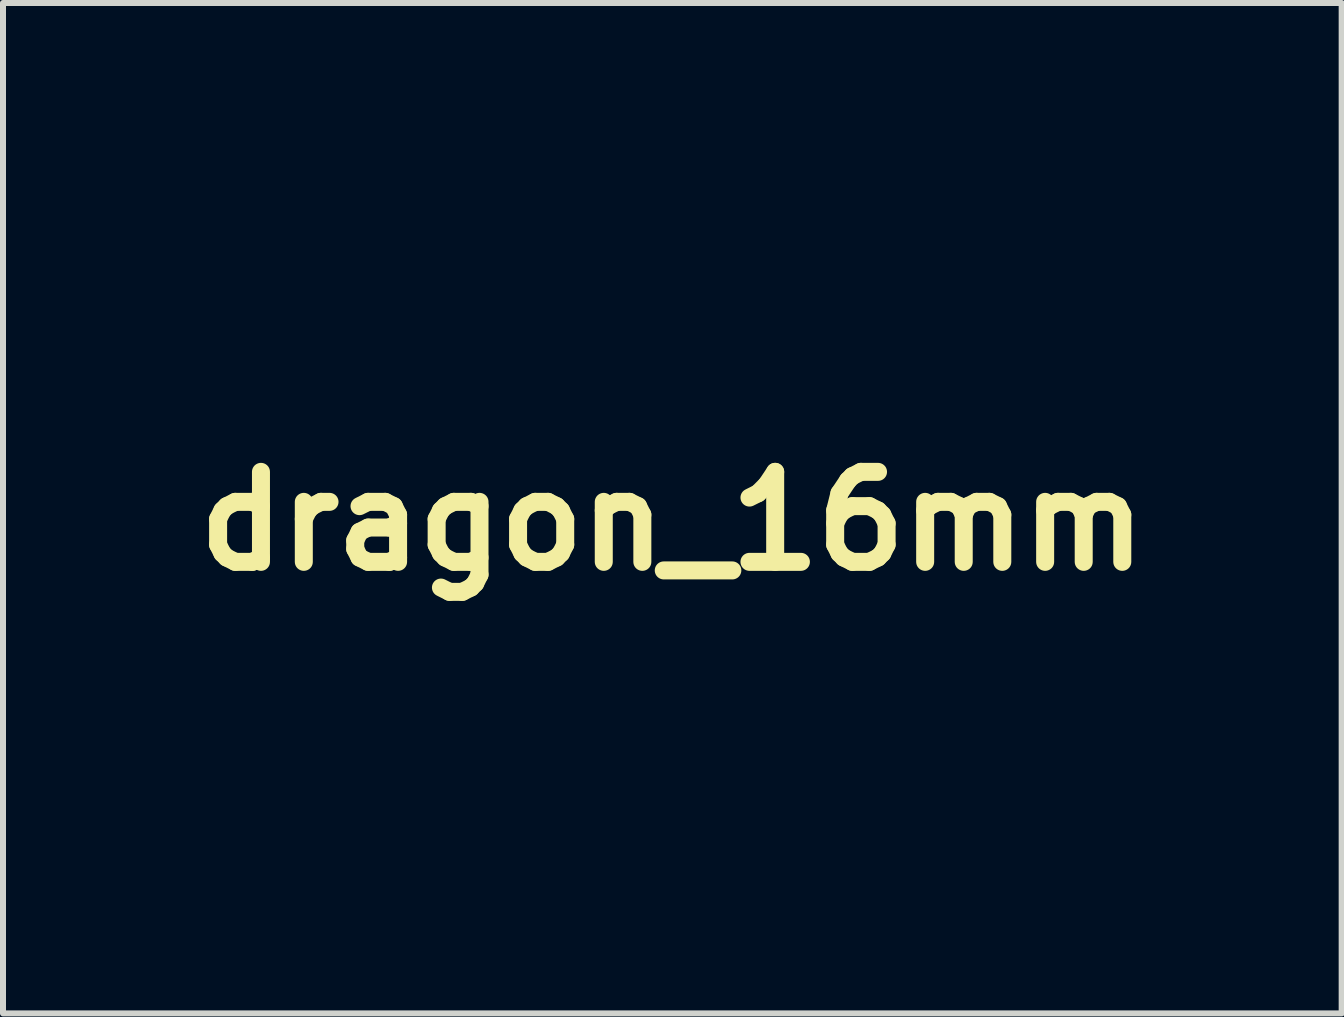
<source format=kicad_pcb>
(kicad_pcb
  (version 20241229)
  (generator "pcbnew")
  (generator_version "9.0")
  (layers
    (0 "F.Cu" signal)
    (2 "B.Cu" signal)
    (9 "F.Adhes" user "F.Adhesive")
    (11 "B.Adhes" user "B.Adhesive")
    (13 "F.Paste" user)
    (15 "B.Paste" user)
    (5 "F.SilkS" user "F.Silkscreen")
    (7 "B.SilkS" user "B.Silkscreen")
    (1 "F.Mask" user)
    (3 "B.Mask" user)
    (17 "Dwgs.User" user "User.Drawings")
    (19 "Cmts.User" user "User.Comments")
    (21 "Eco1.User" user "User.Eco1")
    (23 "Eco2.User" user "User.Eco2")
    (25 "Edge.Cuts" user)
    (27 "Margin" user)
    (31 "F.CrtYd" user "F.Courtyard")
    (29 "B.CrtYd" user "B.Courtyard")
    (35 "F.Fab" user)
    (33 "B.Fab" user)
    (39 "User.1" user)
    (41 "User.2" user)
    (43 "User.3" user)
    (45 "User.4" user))
  (footprint "dragon_16mm"
    (layer "F.Cu")
    (at 8.157 5.637)
    (property "Reference" "dragon_16mm" (at 0 0 0) (layer "F.SilkS") (effects (font (size 1.5 1.5) (thickness 0.3))))
    (attr board_only exclude_from_pos_files exclude_from_bom)
    (fp_poly (pts (xy -1.251 -4.877) (xy -1.081 -4.678) (xy -0.892 -4.487) (xy -0.69 -4.309) (xy -0.483 -4.151) (xy -0.334 -4.053) (xy -0.283 -4.02) (xy -0.256 -3.999) (xy -0.253 -3.989) (xy -0.266 -3.987) (xy -0.31 -3.993) (xy -0.336 -4.002) (xy -0.362 -4.012) (xy -0.411 -4.03) (xy -0.476 -4.055) (xy -0.551 -4.083) (xy -0.569 -4.089) (xy -0.761 -4.169) (xy -0.923 -4.257) (xy -1.057 -4.353) (xy -1.163 -4.458) (xy -1.22 -4.535) (xy -1.262 -4.613) (xy -1.303 -4.709) (xy -1.338 -4.811) (xy -1.362 -4.907) (xy -1.368 -4.947) (xy -1.38 -5.04)) (stroke (width 0) (type solid)) (fill yes) (layer "F.Mask"))
    (fp_poly (pts (xy -4.424 -0.43) (xy -4.421 -0.412) (xy -4.426 -0.374) (xy -4.431 -0.348) (xy -4.449 -0.265) (xy -4.465 -0.158) (xy -4.48 -0.035) (xy -4.492 0.098) (xy -4.502 0.233) (xy -4.507 0.363) (xy -4.508 0.423) (xy -4.509 0.683) (xy -4.575 0.71) (xy -4.654 0.758) (xy -4.721 0.833) (xy -4.774 0.927) (xy -4.784 0.952) (xy -4.802 1.001) (xy -4.817 1.035) (xy -4.824 1.047) (xy -4.826 1.033) (xy -4.828 0.992) (xy -4.829 0.931) (xy -4.83 0.854) (xy -4.83 0.807) (xy -4.82 0.557) (xy -4.789 0.328) (xy -4.737 0.114) (xy -4.662 -0.087) (xy -4.626 -0.164) (xy -4.592 -0.228) (xy -4.552 -0.29) (xy -4.512 -0.347) (xy -4.475 -0.393) (xy -4.445 -0.423) (xy -4.425 -0.431)) (stroke (width 0) (type solid)) (fill yes) (layer "F.Mask"))
    (fp_poly (pts (xy -3.775 -1.958) (xy -3.807 -1.913) (xy -3.837 -1.876) (xy -3.886 -1.813) (xy -3.942 -1.725) (xy -4.004 -1.617) (xy -4.069 -1.493) (xy -4.135 -1.358) (xy -4.198 -1.216) (xy -4.214 -1.18) (xy -4.249 -1.098) (xy -4.276 -1.041) (xy -4.298 -1.003) (xy -4.319 -0.982) (xy -4.342 -0.972) (xy -4.37 -0.969) (xy -4.382 -0.969) (xy -4.464 -0.958) (xy -4.561 -0.928) (xy -4.666 -0.882) (xy -4.774 -0.824) (xy -4.877 -0.757) (xy -4.968 -0.684) (xy -4.991 -0.662) (xy -5.037 -0.62) (xy -5.064 -0.6) (xy -5.077 -0.598) (xy -5.08 -0.607) (xy -5.072 -0.663) (xy -5.05 -0.739) (xy -5.017 -0.829) (xy -4.975 -0.926) (xy -4.927 -1.025) (xy -4.876 -1.119) (xy -4.824 -1.203) (xy -4.808 -1.225) (xy -4.716 -1.339) (xy -4.599 -1.457) (xy -4.465 -1.576) (xy -4.318 -1.689) (xy -4.166 -1.793) (xy -4.015 -1.882) (xy -3.869 -1.953) (xy -3.831 -1.969) (xy -3.747 -2.002)) (stroke (width 0) (type solid)) (fill yes) (layer "F.Mask"))
    (fp_poly (pts (xy -2.79 -3.032) (xy -2.649 -3.031) (xy -2.704 -2.984) (xy -2.739 -2.956) (xy -2.792 -2.917) (xy -2.856 -2.871) (xy -2.92 -2.827) (xy -3.042 -2.741) (xy -3.148 -2.66) (xy -3.248 -2.575) (xy -3.353 -2.477) (xy -3.392 -2.439) (xy -3.444 -2.389) (xy -3.488 -2.349) (xy -3.52 -2.322) (xy -3.534 -2.313) (xy -3.555 -2.319) (xy -3.594 -2.332) (xy -3.626 -2.344) (xy -3.726 -2.373) (xy -3.849 -2.391) (xy -3.985 -2.398) (xy -4.129 -2.391) (xy -4.14 -2.39) (xy -4.234 -2.38) (xy -4.324 -2.366) (xy -4.405 -2.351) (xy -4.47 -2.336) (xy -4.513 -2.321) (xy -4.524 -2.315) (xy -4.553 -2.299) (xy -4.57 -2.292) (xy -4.572 -2.298) (xy -4.557 -2.322) (xy -4.526 -2.36) (xy -4.502 -2.388) (xy -4.346 -2.534) (xy -4.168 -2.66) (xy -3.968 -2.765) (xy -3.766 -2.842) (xy -3.544 -2.908) (xy -3.332 -2.961) (xy -3.134 -2.999) (xy -2.955 -3.023) (xy -2.798 -3.032)) (stroke (width 0) (type solid)) (fill yes) (layer "F.Mask"))
    (fp_poly (pts (xy -2.298 -1.32) (xy -2.295 -1.317) (xy -2.234 -1.278) (xy -2.149 -1.238) (xy -2.047 -1.2) (xy -1.935 -1.168) (xy -1.821 -1.142) (xy -1.809 -1.14) (xy -1.757 -1.13) (xy -1.719 -1.121) (xy -1.704 -1.115) (xy -1.704 -1.115) (xy -1.712 -1.099) (xy -1.733 -1.066) (xy -1.752 -1.038) (xy -1.796 -0.962) (xy -1.841 -0.866) (xy -1.882 -0.758) (xy -1.912 -0.664) (xy -1.923 -0.615) (xy -1.937 -0.548) (xy -1.951 -0.472) (xy -1.965 -0.394) (xy -1.976 -0.322) (xy -1.983 -0.267) (xy -1.985 -0.238) (xy -1.987 -0.226) (xy -1.997 -0.222) (xy -2.022 -0.227) (xy -2.067 -0.242) (xy -2.087 -0.249) (xy -2.25 -0.318) (xy -2.393 -0.4) (xy -2.512 -0.493) (xy -2.572 -0.555) (xy -2.612 -0.605) (xy -2.635 -0.643) (xy -2.644 -0.679) (xy -2.644 -0.701) (xy -2.635 -0.768) (xy -2.609 -0.851) (xy -2.571 -0.946) (xy -2.523 -1.044) (xy -2.47 -1.138) (xy -2.414 -1.222) (xy -2.374 -1.272) (xy -2.339 -1.308) (xy -2.316 -1.323)) (stroke (width 0) (type solid)) (fill yes) (layer "F.Mask"))
    (fp_poly (pts (xy -2.761 0.883) (xy -2.721 0.896) (xy -2.665 0.917) (xy -2.598 0.944) (xy -2.598 0.944) (xy -2.39 1.02) (xy -2.187 1.076) (xy -1.993 1.109) (xy -1.813 1.12) (xy -1.664 1.11) (xy -1.518 1.09) (xy -1.372 1.238) (xy -1.278 1.33) (xy -1.181 1.415) (xy -1.074 1.5) (xy -0.95 1.589) (xy -0.82 1.676) (xy -0.741 1.728) (xy -0.686 1.767) (xy -0.653 1.795) (xy -0.639 1.815) (xy -0.642 1.832) (xy -0.658 1.849) (xy -0.683 1.865) (xy -0.753 1.9) (xy -0.848 1.936) (xy -0.96 1.969) (xy -1.063 1.993) (xy -1.123 2.002) (xy -1.207 2.01) (xy -1.306 2.017) (xy -1.414 2.022) (xy -1.521 2.026) (xy -1.622 2.026) (xy -1.707 2.025) (xy -1.743 2.022) (xy -1.839 2.013) (xy -1.942 2.001) (xy -2.041 1.986) (xy -2.122 1.972) (xy -2.137 1.969) (xy -2.176 1.959) (xy -2.206 1.946) (xy -2.232 1.924) (xy -2.262 1.888) (xy -2.302 1.832) (xy -2.489 1.538) (xy -2.635 1.259) (xy -2.676 1.169) (xy -2.712 1.083) (xy -2.742 1.007) (xy -2.764 0.945) (xy -2.777 0.901) (xy -2.777 0.881) (xy -2.777 0.88)) (stroke (width 0) (type solid)) (fill yes) (layer "F.Mask"))
    (fp_poly (pts (xy -2.769 -0.548) (xy -2.746 -0.523) (xy -2.734 -0.505) (xy -2.681 -0.426) (xy -2.625 -0.361) (xy -2.556 -0.301) (xy -2.468 -0.239) (xy -2.463 -0.236) (xy -2.326 -0.152) (xy -2.205 -0.087) (xy -2.103 -0.043) (xy -2.067 -0.031) (xy -2.023 -0.015) (xy -1.993 0.001) (xy -1.988 0.006) (xy -1.979 0.029) (xy -1.969 0.074) (xy -1.959 0.133) (xy -1.956 0.147) (xy -1.938 0.24) (xy -1.909 0.348) (xy -1.873 0.463) (xy -1.833 0.575) (xy -1.791 0.675) (xy -1.752 0.754) (xy -1.749 0.759) (xy -1.721 0.81) (xy -1.703 0.851) (xy -1.696 0.875) (xy -1.697 0.877) (xy -1.717 0.884) (xy -1.762 0.888) (xy -1.825 0.888) (xy -1.899 0.884) (xy -1.978 0.877) (xy -1.997 0.874) (xy -2.119 0.854) (xy -2.244 0.825) (xy -2.368 0.79) (xy -2.487 0.749) (xy -2.597 0.705) (xy -2.693 0.659) (xy -2.772 0.614) (xy -2.828 0.57) (xy -2.859 0.529) (xy -2.86 0.526) (xy -2.87 0.479) (xy -2.879 0.407) (xy -2.884 0.319) (xy -2.888 0.221) (xy -2.888 0.12) (xy -2.886 0.024) (xy -2.88 -0.061) (xy -2.877 -0.087) (xy -2.865 -0.174) (xy -2.85 -0.264) (xy -2.835 -0.351) (xy -2.819 -0.429) (xy -2.804 -0.493) (xy -2.792 -0.536) (xy -2.784 -0.552)) (stroke (width 0) (type solid)) (fill yes) (layer "F.Mask"))
    (fp_poly (pts (xy -0.393 1.994) (xy -0.347 2.017) (xy -0.285 2.052) (xy -0.211 2.097) (xy -0.13 2.148) (xy -0.046 2.203) (xy 0.036 2.259) (xy 0.109 2.311) (xy 0.365 2.511) (xy 0.615 2.735) (xy 0.752 2.871) (xy 0.826 2.947) (xy 0.88 3.005) (xy 0.916 3.047) (xy 0.934 3.078) (xy 0.938 3.101) (xy 0.927 3.119) (xy 0.905 3.137) (xy 0.879 3.153) (xy 0.728 3.228) (xy 0.554 3.284) (xy 0.355 3.323) (xy 0.313 3.329) (xy 0.247 3.334) (xy 0.157 3.338) (xy 0.048 3.341) (xy -0.073 3.342) (xy -0.199 3.342) (xy -0.324 3.34) (xy -0.441 3.337) (xy -0.544 3.332) (xy -0.594 3.329) (xy -0.706 3.319) (xy -0.814 3.306) (xy -0.91 3.291) (xy -0.987 3.276) (xy -1.028 3.265) (xy -1.071 3.24) (xy -1.125 3.188) (xy -1.176 3.129) (xy -1.213 3.085) (xy -1.268 3.024) (xy -1.336 2.948) (xy -1.414 2.863) (xy -1.498 2.773) (xy -1.585 2.682) (xy -1.586 2.68) (xy -1.691 2.569) (xy -1.776 2.478) (xy -1.841 2.405) (xy -1.888 2.349) (xy -1.919 2.308) (xy -1.935 2.28) (xy -1.939 2.263) (xy -1.936 2.259) (xy -1.919 2.258) (xy -1.877 2.26) (xy -1.818 2.264) (xy -1.773 2.269) (xy -1.646 2.277) (xy -1.5 2.277) (xy -1.347 2.269) (xy -1.199 2.255) (xy -1.104 2.242) (xy -0.979 2.216) (xy -0.853 2.182) (xy -0.732 2.142) (xy -0.625 2.099) (xy -0.537 2.054) (xy -0.49 2.024) (xy -0.453 1.999) (xy -0.423 1.986) (xy -0.417 1.985)) (stroke (width 0) (type solid)) (fill yes) (layer "F.Mask"))
    (fp_poly (pts (xy 1.122 3.374) (xy 1.149 3.421) (xy 1.183 3.489) (xy 1.223 3.571) (xy 1.264 3.657) (xy 1.302 3.741) (xy 1.333 3.814) (xy 1.336 3.82) (xy 1.349 3.859) (xy 1.368 3.918) (xy 1.389 3.991) (xy 1.412 4.073) (xy 1.434 4.155) (xy 1.454 4.233) (xy 1.471 4.299) (xy 1.481 4.348) (xy 1.485 4.371) (xy 1.475 4.394) (xy 1.449 4.437) (xy 1.409 4.494) (xy 1.358 4.563) (xy 1.3 4.638) (xy 1.239 4.715) (xy 1.176 4.79) (xy 1.134 4.839) (xy 1.099 4.875) (xy 1.051 4.922) (xy 0.994 4.976) (xy 0.932 5.031) (xy 0.87 5.086) (xy 0.813 5.134) (xy 0.766 5.173) (xy 0.733 5.197) (xy 0.719 5.204) (xy 0.704 5.196) (xy 0.667 5.173) (xy 0.612 5.138) (xy 0.542 5.094) (xy 0.461 5.042) (xy 0.428 5.021) (xy 0.325 4.955) (xy 0.211 4.884) (xy 0.096 4.815) (xy -0.011 4.752) (xy -0.091 4.706) (xy -0.17 4.662) (xy -0.241 4.621) (xy -0.298 4.586) (xy -0.336 4.561) (xy -0.35 4.55) (xy -0.364 4.528) (xy -0.387 4.482) (xy -0.418 4.419) (xy -0.453 4.343) (xy -0.476 4.291) (xy -0.55 4.13) (xy -0.618 3.99) (xy -0.686 3.864) (xy -0.758 3.745) (xy -0.823 3.645) (xy -0.862 3.586) (xy -0.894 3.537) (xy -0.915 3.504) (xy -0.922 3.492) (xy -0.909 3.494) (xy -0.873 3.502) (xy -0.84 3.51) (xy -0.737 3.532) (xy -0.605 3.549) (xy -0.446 3.56) (xy -0.257 3.568) (xy -0.038 3.57) (xy -0.008 3.57) (xy 0.122 3.57) (xy 0.225 3.569) (xy 0.308 3.567) (xy 0.374 3.563) (xy 0.43 3.558) (xy 0.48 3.551) (xy 0.529 3.541) (xy 0.547 3.537) (xy 0.68 3.504) (xy 0.79 3.468) (xy 0.886 3.424) (xy 0.976 3.369) (xy 0.978 3.369) (xy 1.078 3.301)) (stroke (width 0) (type solid)) (fill yes) (layer "F.Mask"))
    (fp_poly (pts (xy 0.616 -1.12) (xy 0.665 -1.106) (xy 0.732 -1.086) (xy 0.81 -1.06) (xy 0.894 -1.031) (xy 0.978 -1.002) (xy 1.055 -0.973) (xy 1.094 -0.958) (xy 1.218 -0.907) (xy 1.339 -0.852) (xy 1.464 -0.791) (xy 1.599 -0.719) (xy 1.752 -0.633) (xy 1.774 -0.621) (xy 1.892 -0.554) (xy 1.991 -0.501) (xy 2.075 -0.459) (xy 2.152 -0.426) (xy 2.227 -0.399) (xy 2.308 -0.374) (xy 2.34 -0.365) (xy 2.412 -0.346) (xy 2.476 -0.334) (xy 2.542 -0.327) (xy 2.619 -0.323) (xy 2.704 -0.322) (xy 2.769 -0.322) (xy 2.822 -0.323) (xy 2.868 -0.325) (xy 2.912 -0.331) (xy 2.958 -0.342) (xy 3.011 -0.358) (xy 3.077 -0.381) (xy 3.159 -0.412) (xy 3.263 -0.452) (xy 3.327 -0.477) (xy 3.437 -0.516) (xy 3.534 -0.542) (xy 3.627 -0.556) (xy 3.729 -0.561) (xy 3.83 -0.558) (xy 3.966 -0.545) (xy 4.095 -0.519) (xy 4.225 -0.475) (xy 4.365 -0.412) (xy 4.386 -0.402) (xy 4.455 -0.363) (xy 4.53 -0.315) (xy 4.607 -0.26) (xy 4.681 -0.202) (xy 4.748 -0.145) (xy 4.803 -0.094) (xy 4.842 -0.05) (xy 4.86 -0.019) (xy 4.861 -0.013) (xy 4.858 0.001) (xy 4.846 0.003) (xy 4.817 -0.007) (xy 4.779 -0.024) (xy 4.685 -0.061) (xy 4.587 -0.083) (xy 4.477 -0.092) (xy 4.361 -0.089) (xy 4.219 -0.075) (xy 4.104 -0.045) (xy 4.012 -0.000071) (xy 3.96 0.043) (xy 3.911 0.104) (xy 3.893 0.163) (xy 3.905 0.222) (xy 3.948 0.284) (xy 3.966 0.303) (xy 4.039 0.361) (xy 4.138 0.415) (xy 4.264 0.464) (xy 4.419 0.509) (xy 4.475 0.523) (xy 4.653 0.571) (xy 4.805 0.622) (xy 4.935 0.68) (xy 5.05 0.748) (xy 5.154 0.827) (xy 5.229 0.898) (xy 5.339 1.019) (xy 5.424 1.143) (xy 5.49 1.275) (xy 5.54 1.425) (xy 5.565 1.534) (xy 5.577 1.606) (xy 5.586 1.688) (xy 5.592 1.776) (xy 5.596 1.861) (xy 5.596 1.937) (xy 5.593 1.998) (xy 5.586 2.037) (xy 5.583 2.044) (xy 5.571 2.041) (xy 5.552 2.009) (xy 5.527 1.949) (xy 5.519 1.93) (xy 5.453 1.794) (xy 5.364 1.667) (xy 5.257 1.556) (xy 5.136 1.462) (xy 5.007 1.391) (xy 4.873 1.347) (xy 4.852 1.343) (xy 4.747 1.332) (xy 4.662 1.344) (xy 4.594 1.378) (xy 4.567 1.401) (xy 4.538 1.432) (xy 4.523 1.458) (xy 4.518 1.491) (xy 4.519 1.543) (xy 4.52 1.553) (xy 4.531 1.624) (xy 4.556 1.696) (xy 4.597 1.772) (xy 4.656 1.857) (xy 4.736 1.952) (xy 4.839 2.063) (xy 4.862 2.087) (xy 4.933 2.161) (xy 5.003 2.236) (xy 5.065 2.306) (xy 5.115 2.365) (xy 5.14 2.396) (xy 5.209 2.5) (xy 5.276 2.622) (xy 5.335 2.748) (xy 5.381 2.868) (xy 5.393 2.907) (xy 5.415 3.012) (xy 5.43 3.138) (xy 5.436 3.276) (xy 5.435 3.414) (xy 5.424 3.545) (xy 5.418 3.587) (xy 5.405 3.663) (xy 5.388 3.741) (xy 5.37 3.817) (xy 5.352 3.883) (xy 5.335 3.934) (xy 5.321 3.965) (xy 5.315 3.97) (xy 5.308 3.956) (xy 5.298 3.918) (xy 5.285 3.862) (xy 5.278 3.827) (xy 5.248 3.7) (xy 5.204 3.578) (xy 5.145 3.455) (xy 5.067 3.328) (xy 4.969 3.192) (xy 4.863 3.061) (xy 4.717 2.903) (xy 4.558 2.764) (xy 4.383 2.642) (xy 4.184 2.531) (xy 4.135 2.507) (xy 4.022 2.456) (xy 3.932 2.425) (xy 3.861 2.412) (xy 3.808 2.419) (xy 3.77 2.446) (xy 3.745 2.491) (xy 3.736 2.522) (xy 3.732 2.608) (xy 3.752 2.703) (xy 3.794 2.805) (xy 3.855 2.908) (xy 3.933 3.007) (xy 4.025 3.098) (xy 4.126 3.175) (xy 4.179 3.211) (xy 4.22 3.239) (xy 4.243 3.257) (xy 4.247 3.26) (xy 4.231 3.26) (xy 4.193 3.256) (xy 4.146 3.25) (xy 3.986 3.214) (xy 3.82 3.152) (xy 3.653 3.066) (xy 3.489 2.959) (xy 3.424 2.908) (xy 3.344 2.831) (xy 3.262 2.728) (xy 3.179 2.602) (xy 3.099 2.458) (xy 3.024 2.302) (xy 2.957 2.136) (xy 2.939 2.087) (xy 2.883 1.937) (xy 2.832 1.815) (xy 2.782 1.72) (xy 2.733 1.65) (xy 2.684 1.602) (xy 2.632 1.574) (xy 2.576 1.565) (xy 2.547 1.566) (xy 2.494 1.585) (xy 2.456 1.628) (xy 2.432 1.691) (xy 2.424 1.771) (xy 2.431 1.864) (xy 2.452 1.968) (xy 2.488 2.078) (xy 2.538 2.191) (xy 2.579 2.266) (xy 2.604 2.31) (xy 2.621 2.343) (xy 2.626 2.355) (xy 2.614 2.353) (xy 2.582 2.337) (xy 2.534 2.309) (xy 2.477 2.274) (xy 2.416 2.233) (xy 2.38 2.208) (xy 2.266 2.116) (xy 2.172 2.013) (xy 2.094 1.893) (xy 2.028 1.752) (xy 1.999 1.672) (xy 1.948 1.524) (xy 1.937 1.055) (xy 1.934 0.919) (xy 1.931 0.81) (xy 1.927 0.723) (xy 1.923 0.653) (xy 1.918 0.597) (xy 1.912 0.549) (xy 1.904 0.505) (xy 1.894 0.461) (xy 1.886 0.43) (xy 1.839 0.286) (xy 1.805 0.205) (xy 2.4 0.205) (xy 2.406 0.22) (xy 2.43 0.255) (xy 2.467 0.308) (xy 2.516 0.375) (xy 2.574 0.453) (xy 2.638 0.538) (xy 2.705 0.627) (xy 2.773 0.716) (xy 2.84 0.802) (xy 2.902 0.881) (xy 2.957 0.95) (xy 2.995 0.996) (xy 3.16 1.176) (xy 3.338 1.338) (xy 3.523 1.478) (xy 3.711 1.593) (xy 3.845 1.658) (xy 3.906 1.683) (xy 3.943 1.697) (xy 3.963 1.702) (xy 3.97 1.698) (xy 3.97 1.694) (xy 3.964 1.657) (xy 3.949 1.599) (xy 3.926 1.531) (xy 3.9 1.462) (xy 3.873 1.399) (xy 3.865 1.385) (xy 3.754 1.188) (xy 3.626 1.014) (xy 3.478 0.857) (xy 3.306 0.715) (xy 3.133 0.598) (xy 3.082 0.567) (xy 3.014 0.528) (xy 2.935 0.484) (xy 2.849 0.437) (xy 2.76 0.388) (xy 2.672 0.341) (xy 2.589 0.298) (xy 2.517 0.26) (xy 2.458 0.231) (xy 2.418 0.212) (xy 2.4 0.205) (xy 2.4 0.205) (xy 1.805 0.205) (xy 1.775 0.136) (xy 1.698 -0.009) (xy 1.616 -0.136) (xy 1.607 -0.148) (xy 1.534 -0.238) (xy 1.442 -0.338) (xy 1.329 -0.449) (xy 1.195 -0.574) (xy 1.038 -0.713) (xy 0.857 -0.867) (xy 0.737 -0.967) (xy 0.664 -1.028) (xy 0.615 -1.073) (xy 0.587 -1.103) (xy 0.579 -1.12) (xy 0.589 -1.125) (xy 0.591 -1.125)) (stroke (width 0) (type solid)) (fill yes) (layer "F.Mask"))
    (fp_poly (pts (xy -2.756 -5.627) (xy -2.726 -5.598) (xy -2.679 -5.551) (xy -2.617 -5.49) (xy -2.543 -5.416) (xy -2.46 -5.333) (xy -2.388 -5.261) (xy -2.236 -5.112) (xy -2.082 -4.965) (xy -1.928 -4.822) (xy -1.778 -4.685) (xy -1.634 -4.559) (xy -1.499 -4.445) (xy -1.378 -4.347) (xy -1.272 -4.266) (xy -1.204 -4.218) (xy -0.964 -4.075) (xy -0.703 -3.951) (xy -0.42 -3.846) (xy -0.114 -3.758) (xy -0.087 -3.752) (xy 0.086 -3.707) (xy 0.235 -3.66) (xy 0.366 -3.608) (xy 0.487 -3.549) (xy 0.603 -3.48) (xy 0.66 -3.442) (xy 0.728 -3.39) (xy 0.81 -3.322) (xy 0.896 -3.244) (xy 0.98 -3.164) (xy 1.053 -3.088) (xy 1.086 -3.051) (xy 1.128 -3.003) (xy 1.161 -2.968) (xy 1.181 -2.948) (xy 1.185 -2.946) (xy 1.186 -2.965) (xy 1.18 -3.005) (xy 1.17 -3.06) (xy 1.156 -3.121) (xy 1.141 -3.18) (xy 1.126 -3.23) (xy 1.125 -3.233) (xy 1.1 -3.292) (xy 1.069 -3.348) (xy 1.054 -3.371) (xy 1.027 -3.412) (xy 1.019 -3.433) (xy 1.03 -3.436) (xy 1.055 -3.423) (xy 1.091 -3.396) (xy 1.137 -3.355) (xy 1.188 -3.304) (xy 1.203 -3.288) (xy 1.317 -3.145) (xy 1.423 -2.98) (xy 1.516 -2.798) (xy 1.587 -2.623) (xy 1.61 -2.563) (xy 1.634 -2.512) (xy 1.655 -2.48) (xy 1.658 -2.476) (xy 1.684 -2.461) (xy 1.735 -2.439) (xy 1.805 -2.411) (xy 1.887 -2.38) (xy 1.978 -2.348) (xy 2.071 -2.317) (xy 2.16 -2.288) (xy 2.241 -2.264) (xy 2.307 -2.246) (xy 2.326 -2.242) (xy 2.446 -2.216) (xy 2.578 -2.267) (xy 2.71 -2.318) (xy 2.739 -2.28) (xy 2.765 -2.247) (xy 2.802 -2.202) (xy 2.827 -2.173) (xy 2.91 -2.066) (xy 2.971 -1.971) (xy 3.012 -1.88) (xy 3.036 -1.788) (xy 3.047 -1.686) (xy 3.048 -1.644) (xy 3.04 -1.514) (xy 3.019 -1.382) (xy 2.986 -1.255) (xy 2.943 -1.142) (xy 2.893 -1.051) (xy 2.881 -1.034) (xy 2.852 -0.998) (xy 2.812 -0.952) (xy 2.764 -0.898) (xy 2.715 -0.844) (xy 2.669 -0.794) (xy 2.63 -0.754) (xy 2.604 -0.728) (xy 2.596 -0.722) (xy 2.589 -0.734) (xy 2.581 -0.77) (xy 2.575 -0.823) (xy 2.574 -0.833) (xy 2.566 -0.898) (xy 2.552 -0.969) (xy 2.535 -1.039) (xy 2.517 -1.1) (xy 2.499 -1.144) (xy 2.485 -1.164) (xy 2.468 -1.159) (xy 2.433 -1.137) (xy 2.387 -1.103) (xy 2.363 -1.083) (xy 2.308 -1.038) (xy 2.256 -0.999) (xy 2.216 -0.97) (xy 2.206 -0.965) (xy 2.158 -0.937) (xy 2.191 -1.01) (xy 2.22 -1.112) (xy 2.218 -1.217) (xy 2.189 -1.318) (xy 2.17 -1.365) (xy 2.154 -1.397) (xy 2.146 -1.407) (xy 2.133 -1.396) (xy 2.104 -1.369) (xy 2.066 -1.331) (xy 2.064 -1.329) (xy 2.023 -1.291) (xy 1.974 -1.25) (xy 1.925 -1.213) (xy 1.881 -1.183) (xy 1.848 -1.165) (xy 1.834 -1.162) (xy 1.836 -1.179) (xy 1.847 -1.212) (xy 1.852 -1.224) (xy 1.873 -1.3) (xy 1.874 -1.374) (xy 1.856 -1.437) (xy 1.84 -1.462) (xy 1.82 -1.482) (xy 1.797 -1.495) (xy 1.764 -1.505) (xy 1.712 -1.512) (xy 1.648 -1.518) (xy 1.515 -1.53) (xy 1.405 -1.543) (xy 1.311 -1.558) (xy 1.227 -1.575) (xy 1.145 -1.596) (xy 1.057 -1.623) (xy 1.046 -1.627) (xy 0.854 -1.686) (xy 0.686 -1.73) (xy 0.54 -1.76) (xy 0.413 -1.776) (xy 0.399 -1.777) (xy 0.275 -1.779) (xy 0.166 -1.765) (xy 0.06 -1.733) (xy -0.023 -1.697) (xy -0.133 -1.645) (xy -0.069 -1.634) (xy -0.018 -1.62) (xy 0.036 -1.598) (xy 0.086 -1.571) (xy 0.124 -1.545) (xy 0.143 -1.523) (xy 0.144 -1.516) (xy 0.121 -1.395) (xy 0.112 -1.284) (xy 0.117 -1.18) (xy 0.139 -1.077) (xy 0.178 -0.969) (xy 0.236 -0.853) (xy 0.314 -0.723) (xy 0.369 -0.638) (xy 0.424 -0.556) (xy 0.481 -0.466) (xy 0.535 -0.38) (xy 0.573 -0.316) (xy 0.612 -0.252) (xy 0.649 -0.194) (xy 0.679 -0.15) (xy 0.693 -0.132) (xy 0.718 -0.108) (xy 0.742 -0.101) (xy 0.779 -0.108) (xy 0.789 -0.111) (xy 0.843 -0.13) (xy 0.902 -0.157) (xy 0.918 -0.166) (xy 0.984 -0.204) (xy 0.974 -0.153) (xy 0.964 -0.112) (xy 0.947 -0.054) (xy 0.928 0.007) (xy 0.906 0.072) (xy 0.895 0.114) (xy 0.895 0.14) (xy 0.906 0.156) (xy 0.927 0.168) (xy 0.931 0.169) (xy 1.01 0.189) (xy 1.091 0.179) (xy 1.172 0.138) (xy 1.231 0.089) (xy 1.298 0.024) (xy 1.289 0.102) (xy 1.272 0.215) (xy 1.252 0.303) (xy 1.226 0.372) (xy 1.211 0.4) (xy 1.14 0.492) (xy 1.043 0.567) (xy 0.924 0.624) (xy 0.802 0.657) (xy 0.692 0.666) (xy 0.568 0.657) (xy 0.438 0.631) (xy 0.311 0.59) (xy 0.197 0.536) (xy 0.181 0.527) (xy 0.096 0.475) (xy 0.173 0.448) (xy 0.236 0.419) (xy 0.274 0.383) (xy 0.292 0.332) (xy 0.294 0.26) (xy 0.293 0.243) (xy 0.27 0.128) (xy 0.221 0.006) (xy 0.148 -0.119) (xy 0.055 -0.242) (xy -0.058 -0.36) (xy -0.064 -0.366) (xy -0.208 -0.478) (xy -0.368 -0.564) (xy -0.541 -0.622) (xy -0.726 -0.652) (xy -0.825 -0.656) (xy -0.939 -0.656) (xy -0.912 -0.707) (xy -0.891 -0.772) (xy -0.883 -0.853) (xy -0.888 -0.937) (xy -0.906 -1.014) (xy -0.92 -1.045) (xy -0.983 -1.138) (xy -1.067 -1.22) (xy -1.174 -1.289) (xy -1.306 -1.348) (xy -1.463 -1.397) (xy -1.648 -1.436) (xy -1.811 -1.46) (xy -1.882 -1.47) (xy -1.941 -1.479) (xy -1.981 -1.486) (xy -1.996 -1.49) (xy -1.991 -1.507) (xy -1.968 -1.539) (xy -1.931 -1.583) (xy -1.885 -1.633) (xy -1.833 -1.685) (xy -1.781 -1.734) (xy -1.733 -1.774) (xy -1.727 -1.779) (xy -1.617 -1.857) (xy -1.583 -1.879) (xy 2.313 -1.879) (xy 2.327 -1.867) (xy 2.36 -1.849) (xy 2.383 -1.839) (xy 2.449 -1.804) (xy 2.515 -1.755) (xy 2.572 -1.699) (xy 2.613 -1.645) (xy 2.622 -1.628) (xy 2.64 -1.595) (xy 2.656 -1.592) (xy 2.667 -1.618) (xy 2.672 -1.67) (xy 2.673 -1.693) (xy 2.663 -1.784) (xy 2.633 -1.854) (xy 2.584 -1.9) (xy 2.518 -1.921) (xy 2.494 -1.922) (xy 2.444 -1.919) (xy 2.392 -1.91) (xy 2.347 -1.899) (xy 2.319 -1.886) (xy 2.313 -1.879) (xy -1.583 -1.879) (xy -1.498 -1.932) (xy -1.379 -1.999) (xy -1.267 -2.053) (xy -1.175 -2.089) (xy -1.113 -2.11) (xy -1.077 -2.124) (xy -1.062 -2.135) (xy -1.064 -2.145) (xy -1.073 -2.153) (xy -1.132 -2.19) (xy -1.217 -2.232) (xy -1.32 -2.277) (xy -1.437 -2.322) (xy -1.562 -2.365) (xy -1.689 -2.405) (xy -1.812 -2.439) (xy -1.906 -2.461) (xy -1.975 -2.475) (xy -2.03 -2.485) (xy -2.067 -2.491) (xy -2.079 -2.491) (xy -2.067 -2.474) (xy -2.034 -2.444) (xy -1.986 -2.404) (xy -1.928 -2.359) (xy -1.865 -2.312) (xy -1.803 -2.269) (xy -1.746 -2.231) (xy -1.711 -2.21) (xy -1.652 -2.177) (xy -1.83 -2.091) (xy -1.988 -2.009) (xy -2.125 -1.924) (xy -2.25 -1.831) (xy -2.373 -1.721) (xy -2.423 -1.672) (xy -2.597 -1.478) (xy -2.751 -1.264) (xy -2.883 -1.034) (xy -2.992 -0.791) (xy -3.077 -0.539) (xy -3.135 -0.283) (xy -3.166 -0.026) (xy -3.168 0.203) (xy -3.156 0.379) (xy -3.135 0.559) (xy -3.107 0.73) (xy -3.078 0.864) (xy -3.041 0.986) (xy -2.987 1.126) (xy -2.921 1.278) (xy -2.844 1.435) (xy -2.761 1.591) (xy -2.675 1.74) (xy -2.589 1.876) (xy -2.505 1.992) (xy -2.48 2.024) (xy -2.419 2.097) (xy -2.343 2.186) (xy -2.26 2.283) (xy -2.173 2.383) (xy -2.091 2.476) (xy -2.02 2.557) (xy -2.002 2.577) (xy -1.871 2.722) (xy -1.759 2.848) (xy -1.662 2.959) (xy -1.578 3.058) (xy -1.504 3.149) (xy -1.436 3.236) (xy -1.373 3.321) (xy -1.31 3.41) (xy -1.245 3.505) (xy -1.236 3.517) (xy -1.133 3.672) (xy -1.047 3.805) (xy -0.975 3.922) (xy -0.915 4.027) (xy -0.865 4.122) (xy -0.822 4.212) (xy -0.807 4.247) (xy -0.782 4.308) (xy -0.753 4.382) (xy -0.722 4.462) (xy -0.692 4.543) (xy -0.664 4.619) (xy -0.641 4.686) (xy -0.623 4.738) (xy -0.614 4.77) (xy -0.614 4.777) (xy -0.629 4.773) (xy -0.667 4.758) (xy -0.721 4.736) (xy -0.767 4.715) (xy -0.919 4.644) (xy -1.089 4.56) (xy -1.271 4.467) (xy -1.458 4.367) (xy -1.645 4.264) (xy -1.827 4.161) (xy -1.997 4.061) (xy -2.15 3.968) (xy -2.273 3.888) (xy -2.448 3.767) (xy -2.606 3.65) (xy -2.749 3.532) (xy -2.884 3.41) (xy -3.014 3.278) (xy -3.144 3.132) (xy -3.278 2.969) (xy -3.422 2.783) (xy -3.45 2.745) (xy -3.621 2.493) (xy -3.777 2.22) (xy -3.914 1.932) (xy -4.03 1.635) (xy -4.122 1.334) (xy -4.189 1.037) (xy -4.203 0.95) (xy -4.23 0.754) (xy -4.249 0.581) (xy -4.258 0.427) (xy -4.259 0.283) (xy -4.253 0.144) (xy -4.251 0.126) (xy -4.233 -0.047) (xy -4.209 -0.229) (xy -4.178 -0.412) (xy -4.143 -0.59) (xy -4.105 -0.755) (xy -4.065 -0.902) (xy -4.03 -1.008) (xy -3.993 -1.099) (xy -3.945 -1.208) (xy -3.889 -1.325) (xy -3.83 -1.444) (xy -3.77 -1.557) (xy -3.714 -1.656) (xy -3.666 -1.733) (xy -3.665 -1.735) (xy -3.508 -1.948) (xy -3.325 -2.159) (xy -3.123 -2.364) (xy -2.907 -2.556) (xy -2.683 -2.731) (xy -2.456 -2.882) (xy -2.452 -2.885) (xy -2.387 -2.925) (xy -2.344 -2.953) (xy -2.319 -2.974) (xy -2.308 -2.992) (xy -2.306 -3.011) (xy -2.308 -3.032) (xy -2.33 -3.084) (xy -2.378 -3.143) (xy -2.449 -3.208) (xy -2.542 -3.277) (xy -2.653 -3.347) (xy -2.778 -3.418) (xy -2.915 -3.487) (xy -3.061 -3.552) (xy -3.212 -3.612) (xy -3.366 -3.665) (xy -3.396 -3.674) (xy -3.485 -3.701) (xy -3.546 -3.721) (xy -3.58 -3.735) (xy -3.591 -3.745) (xy -3.58 -3.754) (xy -3.548 -3.764) (xy -3.498 -3.776) (xy -3.493 -3.777) (xy -3.448 -3.786) (xy -3.4 -3.794) (xy -3.346 -3.799) (xy -3.28 -3.802) (xy -3.197 -3.804) (xy -3.091 -3.805) (xy -2.993 -3.805) (xy -2.618 -3.803) (xy -2.185 -3.716) (xy -2.072 -3.693) (xy -1.967 -3.671) (xy -1.876 -3.651) (xy -1.803 -3.634) (xy -1.751 -3.621) (xy -1.725 -3.613) (xy -1.724 -3.613) (xy -1.69 -3.587) (xy -1.644 -3.542) (xy -1.591 -3.485) (xy -1.537 -3.42) (xy -1.504 -3.376) (xy -1.423 -3.273) (xy -1.35 -3.193) (xy -1.281 -3.131) (xy -1.276 -3.127) (xy -1.249 -3.106) (xy -1.235 -3.091) (xy -1.235 -3.079) (xy -1.254 -3.069) (xy -1.294 -3.058) (xy -1.36 -3.045) (xy -1.422 -3.033) (xy -1.5 -3.015) (xy -1.597 -2.991) (xy -1.7 -2.963) (xy -1.799 -2.935) (xy -1.813 -2.93) (xy -1.898 -2.904) (xy -1.954 -2.885) (xy -1.986 -2.873) (xy -1.994 -2.867) (xy -1.983 -2.866) (xy -1.952 -2.868) (xy -1.946 -2.868) (xy -1.905 -2.871) (xy -1.837 -2.874) (xy -1.746 -2.878) (xy -1.637 -2.882) (xy -1.514 -2.885) (xy -1.381 -2.889) (xy -1.243 -2.893) (xy -1.104 -2.897) (xy -0.968 -2.9) (xy -0.84 -2.903) (xy -0.723 -2.905) (xy -0.623 -2.906) (xy -0.555 -2.907) (xy -0.336 -2.908) (xy -0.463 -2.959) (xy -0.583 -3.015) (xy -0.68 -3.068) (xy 0 -3.068) (xy 0.01 -3.051) (xy 0.037 -3.017) (xy 0.076 -2.97) (xy 0.118 -2.924) (xy 0.176 -2.855) (xy 0.237 -2.779) (xy 0.29 -2.707) (xy 0.312 -2.675) (xy 0.381 -2.57) (xy 0.437 -2.488) (xy 0.483 -2.427) (xy 0.524 -2.384) (xy 0.563 -2.356) (xy 0.605 -2.34) (xy 0.652 -2.334) (xy 0.71 -2.334) (xy 0.766 -2.336) (xy 0.846 -2.34) (xy 0.943 -2.343) (xy 1.043 -2.345) (xy 1.102 -2.345) (xy 1.29 -2.346) (xy 1.17 -2.46) (xy 1.084 -2.535) (xy 0.977 -2.618) (xy 0.857 -2.703) (xy 0.732 -2.784) (xy 0.609 -2.857) (xy 0.563 -2.882) (xy 0.495 -2.915) (xy 0.417 -2.949) (xy 0.334 -2.982) (xy 0.251 -3.012) (xy 0.172 -3.038) (xy 0.102 -3.058) (xy 0.047 -3.07) (xy 0.012 -3.074) (xy 0 -3.068) (xy -0.68 -3.068) (xy -0.72 -3.09) (xy -0.867 -3.18) (xy -1.02 -3.282) (xy -1.173 -3.392) (xy -1.322 -3.506) (xy -1.46 -3.621) (xy -1.584 -3.733) (xy -1.643 -3.793) (xy -1.744 -3.899) (xy -1.849 -4.014) (xy -1.953 -4.131) (xy -2.052 -4.246) (xy -2.142 -4.355) (xy -2.22 -4.453) (xy -2.281 -4.535) (xy -2.301 -4.563) (xy -2.436 -4.789) (xy -2.557 -5.041) (xy -2.663 -5.319) (xy -2.68 -5.369) (xy -2.708 -5.454) (xy -2.732 -5.529) (xy -2.751 -5.587) (xy -2.763 -5.625) (xy -2.767 -5.637)) (stroke (width 0) (type solid)) (fill yes) (layer "F.Mask")))
  (gr_rect
    (start -3 -3)
    (end 19.314 13.842)
    (stroke (width 0.1) (type default))
    (fill no)
    (layer "Edge.Cuts")))
</source>
